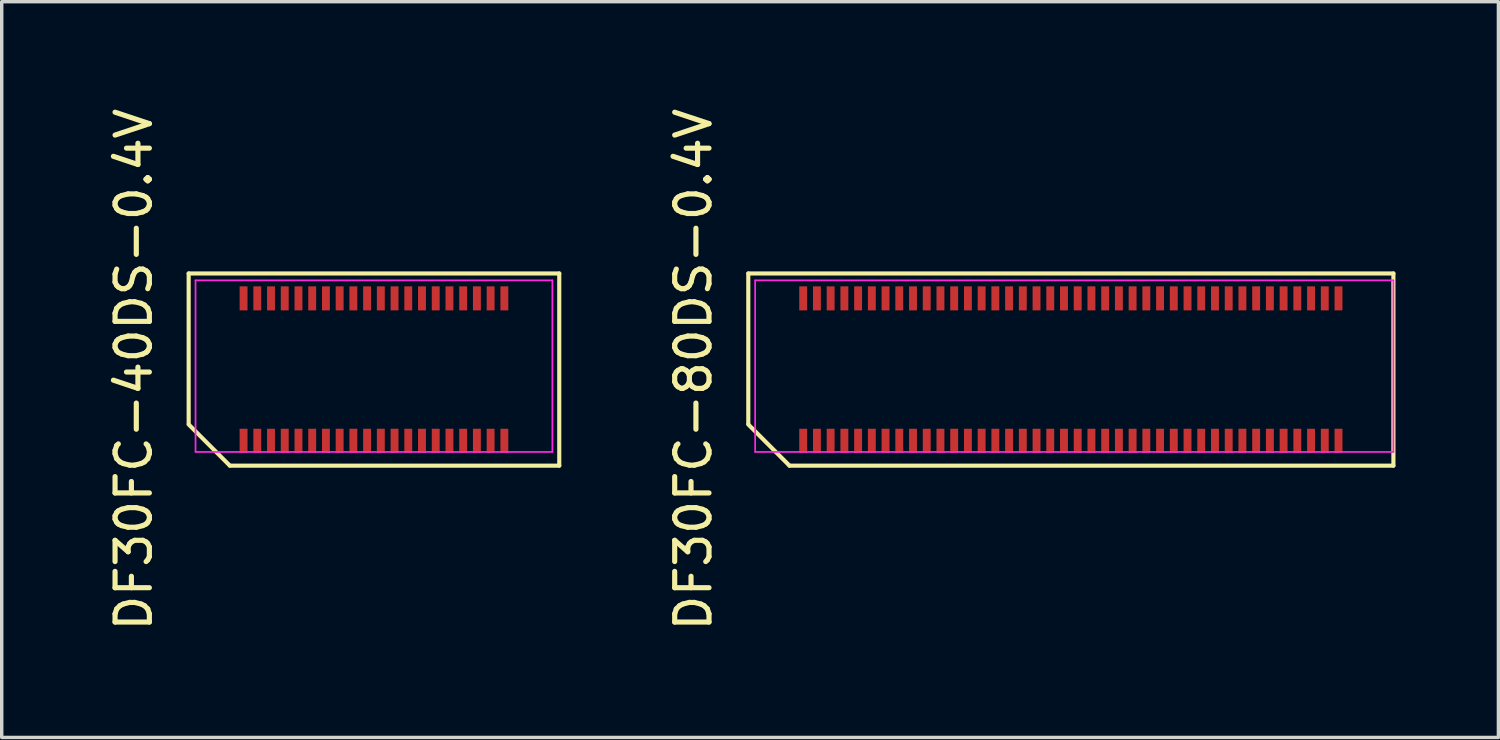
<source format=kicad_pcb>
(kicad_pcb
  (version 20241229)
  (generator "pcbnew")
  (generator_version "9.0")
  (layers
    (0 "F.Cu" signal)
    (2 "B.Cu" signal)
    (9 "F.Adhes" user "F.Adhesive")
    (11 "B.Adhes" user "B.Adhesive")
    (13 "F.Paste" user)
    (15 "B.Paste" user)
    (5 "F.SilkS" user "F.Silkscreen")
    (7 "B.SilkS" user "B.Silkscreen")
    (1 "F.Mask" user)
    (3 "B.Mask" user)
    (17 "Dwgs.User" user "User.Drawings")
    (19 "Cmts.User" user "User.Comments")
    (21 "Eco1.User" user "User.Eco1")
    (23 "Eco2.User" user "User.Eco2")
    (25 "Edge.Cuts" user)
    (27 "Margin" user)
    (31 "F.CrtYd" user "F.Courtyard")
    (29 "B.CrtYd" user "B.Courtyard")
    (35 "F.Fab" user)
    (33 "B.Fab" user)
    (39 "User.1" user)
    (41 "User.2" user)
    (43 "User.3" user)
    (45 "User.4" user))
  (footprint "DF30FC-40DS-0.4V"
    (layer "F.Cu")
    (at 11.848 7.72)
    (property "Reference" "DF30FC-40DS-0.4V" (at -11 0 90) (layer "F.SilkS") (effects (font (size 1 1) (thickness 0.15))))
    (attr smd)
    (fp_line (start -9.4 -2.8) (end 1.4 -2.8) (stroke (width 0.12) (type default)) (layer "F.SilkS"))
    (fp_line (start -9.4 1.58) (end -9.4 -2.8) (stroke (width 0.12) (type default)) (layer "F.SilkS"))
    (fp_line (start -8.2 2.8) (end -9.4 1.6) (stroke (width 0.12) (type default)) (layer "F.SilkS"))
    (fp_line (start 1.4 -2.8) (end 1.4 2.8) (stroke (width 0.12) (type default)) (layer "F.SilkS"))
    (fp_line (start 1.4 2.8) (end -8.2 2.8) (stroke (width 0.12) (type default)) (layer "F.SilkS"))
    (fp_line (start -9.2 -2.6) (end 1.2 -2.6) (stroke (width 0.05) (type default)) (layer "F.CrtYd"))
    (fp_line (start -9.2 2.4) (end -9.2 -2.6) (stroke (width 0.05) (type default)) (layer "F.CrtYd"))
    (fp_line (start 1.2 -2.6) (end 1.2 2.4) (stroke (width 0.05) (type default)) (layer "F.CrtYd"))
    (fp_line (start 1.2 2.4) (end -9.2 2.4) (stroke (width 0.05) (type default)) (layer "F.CrtYd"))
    (pad "1" smd rect (at -7.8 2.075) (size 0.23 0.7) (layers "F.Cu" "F.Mask" "F.Paste"))
    (pad "2" smd rect (at -7.8 -2.075) (size 0.23 0.7) (layers "F.Cu" "F.Mask" "F.Paste"))
    (pad "3" smd rect (at -7.4 2.075) (size 0.23 0.7) (layers "F.Cu" "F.Mask" "F.Paste"))
    (pad "4" smd rect (at -7.4 -2.075) (size 0.23 0.7) (layers "F.Cu" "F.Mask" "F.Paste"))
    (pad "5" smd rect (at -7 2.075) (size 0.23 0.7) (layers "F.Cu" "F.Mask" "F.Paste"))
    (pad "6" smd rect (at -7 -2.075) (size 0.23 0.7) (layers "F.Cu" "F.Mask" "F.Paste"))
    (pad "7" smd rect (at -6.6 2.075) (size 0.23 0.7) (layers "F.Cu" "F.Mask" "F.Paste"))
    (pad "8" smd rect (at -6.6 -2.075) (size 0.23 0.7) (layers "F.Cu" "F.Mask" "F.Paste"))
    (pad "9" smd rect (at -6.2 2.075) (size 0.23 0.7) (layers "F.Cu" "F.Mask" "F.Paste"))
    (pad "10" smd rect (at -6.2 -2.075) (size 0.23 0.7) (layers "F.Cu" "F.Mask" "F.Paste"))
    (pad "11" smd rect (at -5.8 2.075) (size 0.23 0.7) (layers "F.Cu" "F.Mask" "F.Paste"))
    (pad "12" smd rect (at -5.8 -2.075) (size 0.23 0.7) (layers "F.Cu" "F.Mask" "F.Paste"))
    (pad "13" smd rect (at -5.4 2.075) (size 0.23 0.7) (layers "F.Cu" "F.Mask" "F.Paste"))
    (pad "14" smd rect (at -5.4 -2.075) (size 0.23 0.7) (layers "F.Cu" "F.Mask" "F.Paste"))
    (pad "15" smd rect (at -5 2.075) (size 0.23 0.7) (layers "F.Cu" "F.Mask" "F.Paste"))
    (pad "16" smd rect (at -5 -2.075) (size 0.23 0.7) (layers "F.Cu" "F.Mask" "F.Paste"))
    (pad "17" smd rect (at -4.6 2.075) (size 0.23 0.7) (layers "F.Cu" "F.Mask" "F.Paste"))
    (pad "18" smd rect (at -4.6 -2.075) (size 0.23 0.7) (layers "F.Cu" "F.Mask" "F.Paste"))
    (pad "19" smd rect (at -4.2 2.075) (size 0.23 0.7) (layers "F.Cu" "F.Mask" "F.Paste"))
    (pad "20" smd rect (at -4.2 -2.075) (size 0.23 0.7) (layers "F.Cu" "F.Mask" "F.Paste"))
    (pad "21" smd rect (at -3.8 2.075) (size 0.23 0.7) (layers "F.Cu" "F.Mask" "F.Paste"))
    (pad "22" smd rect (at -3.8 -2.075) (size 0.23 0.7) (layers "F.Cu" "F.Mask" "F.Paste"))
    (pad "23" smd rect (at -3.4 2.075) (size 0.23 0.7) (layers "F.Cu" "F.Mask" "F.Paste"))
    (pad "24" smd rect (at -3.4 -2.075) (size 0.23 0.7) (layers "F.Cu" "F.Mask" "F.Paste"))
    (pad "25" smd rect (at -3 2.075) (size 0.23 0.7) (layers "F.Cu" "F.Mask" "F.Paste"))
    (pad "26" smd rect (at -3 -2.075) (size 0.23 0.7) (layers "F.Cu" "F.Mask" "F.Paste"))
    (pad "27" smd rect (at -2.6 2.075) (size 0.23 0.7) (layers "F.Cu" "F.Mask" "F.Paste"))
    (pad "28" smd rect (at -2.6 -2.075) (size 0.23 0.7) (layers "F.Cu" "F.Mask" "F.Paste"))
    (pad "29" smd rect (at -2.2 2.075) (size 0.23 0.7) (layers "F.Cu" "F.Mask" "F.Paste"))
    (pad "30" smd rect (at -2.2 -2.075) (size 0.23 0.7) (layers "F.Cu" "F.Mask" "F.Paste"))
    (pad "31" smd rect (at -1.8 2.075) (size 0.23 0.7) (layers "F.Cu" "F.Mask" "F.Paste"))
    (pad "32" smd rect (at -1.8 -2.075) (size 0.23 0.7) (layers "F.Cu" "F.Mask" "F.Paste"))
    (pad "33" smd rect (at -1.4 2.075) (size 0.23 0.7) (layers "F.Cu" "F.Mask" "F.Paste"))
    (pad "34" smd rect (at -1.4 -2.075) (size 0.23 0.7) (layers "F.Cu" "F.Mask" "F.Paste"))
    (pad "35" smd rect (at -1 2.075) (size 0.23 0.7) (layers "F.Cu" "F.Mask" "F.Paste"))
    (pad "36" smd rect (at -1 -2.075) (size 0.23 0.7) (layers "F.Cu" "F.Mask" "F.Paste"))
    (pad "37" smd rect (at -0.6 2.075) (size 0.23 0.7) (layers "F.Cu" "F.Mask" "F.Paste"))
    (pad "38" smd rect (at -0.6 -2.075) (size 0.23 0.7) (layers "F.Cu" "F.Mask" "F.Paste"))
    (pad "39" smd rect (at -0.2 2.075) (size 0.23 0.7) (layers "F.Cu" "F.Mask" "F.Paste"))
    (pad "40" smd rect (at -0.2 -2.075) (size 0.23 0.7) (layers "F.Cu" "F.Mask" "F.Paste")))
  (footprint "DF30FC-80DS-0.4V"
    (layer "F.Cu")
    (at 28.157 7.72)
    (property "Reference" "DF30FC-80DS-0.4V" (at -11 0 90) (layer "F.SilkS") (effects (font (size 1 1) (thickness 0.15))))
    (attr smd)
    (fp_line (start -9.4 -2.8) (end 9.4 -2.8) (stroke (width 0.12) (type default)) (layer "F.SilkS"))
    (fp_line (start -9.4 1.58) (end -9.4 -2.8) (stroke (width 0.12) (type default)) (layer "F.SilkS"))
    (fp_line (start -8.2 2.8) (end -9.4 1.6) (stroke (width 0.12) (type default)) (layer "F.SilkS"))
    (fp_line (start 9.4 -2.8) (end 9.4 2.8) (stroke (width 0.12) (type default)) (layer "F.SilkS"))
    (fp_line (start 9.4 2.8) (end -8.2 2.8) (stroke (width 0.12) (type default)) (layer "F.SilkS"))
    (fp_line (start -9.2 -2.6) (end 9.4 -2.6) (stroke (width 0.05) (type default)) (layer "F.CrtYd"))
    (fp_line (start -9.2 2.4) (end -9.2 -2.6) (stroke (width 0.05) (type default)) (layer "F.CrtYd"))
    (fp_line (start 9.4 -2.6) (end 9.4 2.4) (stroke (width 0.05) (type default)) (layer "F.CrtYd"))
    (fp_line (start 9.4 2.4) (end -9.2 2.4) (stroke (width 0.05) (type default)) (layer "F.CrtYd"))
    (pad "1" smd rect (at -7.8 2.075) (size 0.23 0.7) (layers "F.Cu" "F.Mask" "F.Paste"))
    (pad "2" smd rect (at -7.8 -2.075) (size 0.23 0.7) (layers "F.Cu" "F.Mask" "F.Paste"))
    (pad "3" smd rect (at -7.4 2.075) (size 0.23 0.7) (layers "F.Cu" "F.Mask" "F.Paste"))
    (pad "4" smd rect (at -7.4 -2.075) (size 0.23 0.7) (layers "F.Cu" "F.Mask" "F.Paste"))
    (pad "5" smd rect (at -7 2.075) (size 0.23 0.7) (layers "F.Cu" "F.Mask" "F.Paste"))
    (pad "6" smd rect (at -7 -2.075) (size 0.23 0.7) (layers "F.Cu" "F.Mask" "F.Paste"))
    (pad "7" smd rect (at -6.6 2.075) (size 0.23 0.7) (layers "F.Cu" "F.Mask" "F.Paste"))
    (pad "8" smd rect (at -6.6 -2.075) (size 0.23 0.7) (layers "F.Cu" "F.Mask" "F.Paste"))
    (pad "9" smd rect (at -6.2 2.075) (size 0.23 0.7) (layers "F.Cu" "F.Mask" "F.Paste"))
    (pad "10" smd rect (at -6.2 -2.075) (size 0.23 0.7) (layers "F.Cu" "F.Mask" "F.Paste"))
    (pad "11" smd rect (at -5.8 2.075) (size 0.23 0.7) (layers "F.Cu" "F.Mask" "F.Paste"))
    (pad "12" smd rect (at -5.8 -2.075) (size 0.23 0.7) (layers "F.Cu" "F.Mask" "F.Paste"))
    (pad "13" smd rect (at -5.4 2.075) (size 0.23 0.7) (layers "F.Cu" "F.Mask" "F.Paste"))
    (pad "14" smd rect (at -5.4 -2.075) (size 0.23 0.7) (layers "F.Cu" "F.Mask" "F.Paste"))
    (pad "15" smd rect (at -5 2.075) (size 0.23 0.7) (layers "F.Cu" "F.Mask" "F.Paste"))
    (pad "16" smd rect (at -5 -2.075) (size 0.23 0.7) (layers "F.Cu" "F.Mask" "F.Paste"))
    (pad "17" smd rect (at -4.6 2.075) (size 0.23 0.7) (layers "F.Cu" "F.Mask" "F.Paste"))
    (pad "18" smd rect (at -4.6 -2.075) (size 0.23 0.7) (layers "F.Cu" "F.Mask" "F.Paste"))
    (pad "19" smd rect (at -4.2 2.075) (size 0.23 0.7) (layers "F.Cu" "F.Mask" "F.Paste"))
    (pad "20" smd rect (at -4.2 -2.075) (size 0.23 0.7) (layers "F.Cu" "F.Mask" "F.Paste"))
    (pad "21" smd rect (at -3.8 2.075) (size 0.23 0.7) (layers "F.Cu" "F.Mask" "F.Paste"))
    (pad "22" smd rect (at -3.8 -2.075) (size 0.23 0.7) (layers "F.Cu" "F.Mask" "F.Paste"))
    (pad "23" smd rect (at -3.4 2.075) (size 0.23 0.7) (layers "F.Cu" "F.Mask" "F.Paste"))
    (pad "24" smd rect (at -3.4 -2.075) (size 0.23 0.7) (layers "F.Cu" "F.Mask" "F.Paste"))
    (pad "25" smd rect (at -3 2.075) (size 0.23 0.7) (layers "F.Cu" "F.Mask" "F.Paste"))
    (pad "26" smd rect (at -3 -2.075) (size 0.23 0.7) (layers "F.Cu" "F.Mask" "F.Paste"))
    (pad "27" smd rect (at -2.6 2.075) (size 0.23 0.7) (layers "F.Cu" "F.Mask" "F.Paste"))
    (pad "28" smd rect (at -2.6 -2.075) (size 0.23 0.7) (layers "F.Cu" "F.Mask" "F.Paste"))
    (pad "29" smd rect (at -2.2 2.075) (size 0.23 0.7) (layers "F.Cu" "F.Mask" "F.Paste"))
    (pad "30" smd rect (at -2.2 -2.075) (size 0.23 0.7) (layers "F.Cu" "F.Mask" "F.Paste"))
    (pad "31" smd rect (at -1.8 2.075) (size 0.23 0.7) (layers "F.Cu" "F.Mask" "F.Paste"))
    (pad "32" smd rect (at -1.8 -2.075) (size 0.23 0.7) (layers "F.Cu" "F.Mask" "F.Paste"))
    (pad "33" smd rect (at -1.4 2.075) (size 0.23 0.7) (layers "F.Cu" "F.Mask" "F.Paste"))
    (pad "34" smd rect (at -1.4 -2.075) (size 0.23 0.7) (layers "F.Cu" "F.Mask" "F.Paste"))
    (pad "35" smd rect (at -1 2.075) (size 0.23 0.7) (layers "F.Cu" "F.Mask" "F.Paste"))
    (pad "36" smd rect (at -1 -2.075) (size 0.23 0.7) (layers "F.Cu" "F.Mask" "F.Paste"))
    (pad "37" smd rect (at -0.6 2.075) (size 0.23 0.7) (layers "F.Cu" "F.Mask" "F.Paste"))
    (pad "38" smd rect (at -0.6 -2.075) (size 0.23 0.7) (layers "F.Cu" "F.Mask" "F.Paste"))
    (pad "39" smd rect (at -0.2 2.075) (size 0.23 0.7) (layers "F.Cu" "F.Mask" "F.Paste"))
    (pad "40" smd rect (at -0.2 -2.075) (size 0.23 0.7) (layers "F.Cu" "F.Mask" "F.Paste"))
    (pad "41" smd rect (at 0.2 2.075) (size 0.23 0.7) (layers "F.Cu" "F.Mask" "F.Paste"))
    (pad "42" smd rect (at 0.2 -2.075) (size 0.23 0.7) (layers "F.Cu" "F.Mask" "F.Paste"))
    (pad "43" smd rect (at 0.6 2.075) (size 0.23 0.7) (layers "F.Cu" "F.Mask" "F.Paste"))
    (pad "44" smd rect (at 0.6 -2.075) (size 0.23 0.7) (layers "F.Cu" "F.Mask" "F.Paste"))
    (pad "45" smd rect (at 1 2.075) (size 0.23 0.7) (layers "F.Cu" "F.Mask" "F.Paste"))
    (pad "46" smd rect (at 1 -2.075) (size 0.23 0.7) (layers "F.Cu" "F.Mask" "F.Paste"))
    (pad "47" smd rect (at 1.4 2.075) (size 0.23 0.7) (layers "F.Cu" "F.Mask" "F.Paste"))
    (pad "48" smd rect (at 1.4 -2.075) (size 0.23 0.7) (layers "F.Cu" "F.Mask" "F.Paste"))
    (pad "49" smd rect (at 1.8 2.075) (size 0.23 0.7) (layers "F.Cu" "F.Mask" "F.Paste"))
    (pad "50" smd rect (at 1.8 -2.075) (size 0.23 0.7) (layers "F.Cu" "F.Mask" "F.Paste"))
    (pad "51" smd rect (at 2.2 2.075) (size 0.23 0.7) (layers "F.Cu" "F.Mask" "F.Paste"))
    (pad "52" smd rect (at 2.2 -2.075) (size 0.23 0.7) (layers "F.Cu" "F.Mask" "F.Paste"))
    (pad "53" smd rect (at 2.6 2.075) (size 0.23 0.7) (layers "F.Cu" "F.Mask" "F.Paste"))
    (pad "54" smd rect (at 2.6 -2.075) (size 0.23 0.7) (layers "F.Cu" "F.Mask" "F.Paste"))
    (pad "55" smd rect (at 3 2.075) (size 0.23 0.7) (layers "F.Cu" "F.Mask" "F.Paste"))
    (pad "56" smd rect (at 3 -2.075) (size 0.23 0.7) (layers "F.Cu" "F.Mask" "F.Paste"))
    (pad "57" smd rect (at 3.4 2.075) (size 0.23 0.7) (layers "F.Cu" "F.Mask" "F.Paste"))
    (pad "58" smd rect (at 3.4 -2.075) (size 0.23 0.7) (layers "F.Cu" "F.Mask" "F.Paste"))
    (pad "59" smd rect (at 3.8 2.075) (size 0.23 0.7) (layers "F.Cu" "F.Mask" "F.Paste"))
    (pad "60" smd rect (at 3.8 -2.075) (size 0.23 0.7) (layers "F.Cu" "F.Mask" "F.Paste"))
    (pad "61" smd rect (at 4.2 2.075) (size 0.23 0.7) (layers "F.Cu" "F.Mask" "F.Paste"))
    (pad "62" smd rect (at 4.2 -2.075) (size 0.23 0.7) (layers "F.Cu" "F.Mask" "F.Paste"))
    (pad "63" smd rect (at 4.6 2.075) (size 0.23 0.7) (layers "F.Cu" "F.Mask" "F.Paste"))
    (pad "64" smd rect (at 4.6 -2.075) (size 0.23 0.7) (layers "F.Cu" "F.Mask" "F.Paste"))
    (pad "65" smd rect (at 5 2.075) (size 0.23 0.7) (layers "F.Cu" "F.Mask" "F.Paste"))
    (pad "66" smd rect (at 5 -2.075) (size 0.23 0.7) (layers "F.Cu" "F.Mask" "F.Paste"))
    (pad "67" smd rect (at 5.4 2.075) (size 0.23 0.7) (layers "F.Cu" "F.Mask" "F.Paste"))
    (pad "68" smd rect (at 5.4 -2.075) (size 0.23 0.7) (layers "F.Cu" "F.Mask" "F.Paste"))
    (pad "69" smd rect (at 5.8 2.075) (size 0.23 0.7) (layers "F.Cu" "F.Mask" "F.Paste"))
    (pad "70" smd rect (at 5.8 -2.075) (size 0.23 0.7) (layers "F.Cu" "F.Mask" "F.Paste"))
    (pad "71" smd rect (at 6.2 2.075) (size 0.23 0.7) (layers "F.Cu" "F.Mask" "F.Paste"))
    (pad "72" smd rect (at 6.2 -2.075) (size 0.23 0.7) (layers "F.Cu" "F.Mask" "F.Paste"))
    (pad "73" smd rect (at 6.6 2.075) (size 0.23 0.7) (layers "F.Cu" "F.Mask" "F.Paste"))
    (pad "74" smd rect (at 6.6 -2.075) (size 0.23 0.7) (layers "F.Cu" "F.Mask" "F.Paste"))
    (pad "75" smd rect (at 7 2.075) (size 0.23 0.7) (layers "F.Cu" "F.Mask" "F.Paste"))
    (pad "76" smd rect (at 7 -2.075) (size 0.23 0.7) (layers "F.Cu" "F.Mask" "F.Paste"))
    (pad "77" smd rect (at 7.4 2.075) (size 0.23 0.7) (layers "F.Cu" "F.Mask" "F.Paste"))
    (pad "78" smd rect (at 7.4 -2.075) (size 0.23 0.7) (layers "F.Cu" "F.Mask" "F.Paste"))
    (pad "79" smd rect (at 7.8 2.075) (size 0.23 0.7) (layers "F.Cu" "F.Mask" "F.Paste"))
    (pad "80" smd rect (at 7.8 -2.075) (size 0.23 0.7) (layers "F.Cu" "F.Mask" "F.Paste")))
  (gr_rect
    (start -3 -3)
    (end 40.617 18.44)
    (stroke (width 0.1) (type default))
    (fill no)
    (layer "Edge.Cuts")))
</source>
